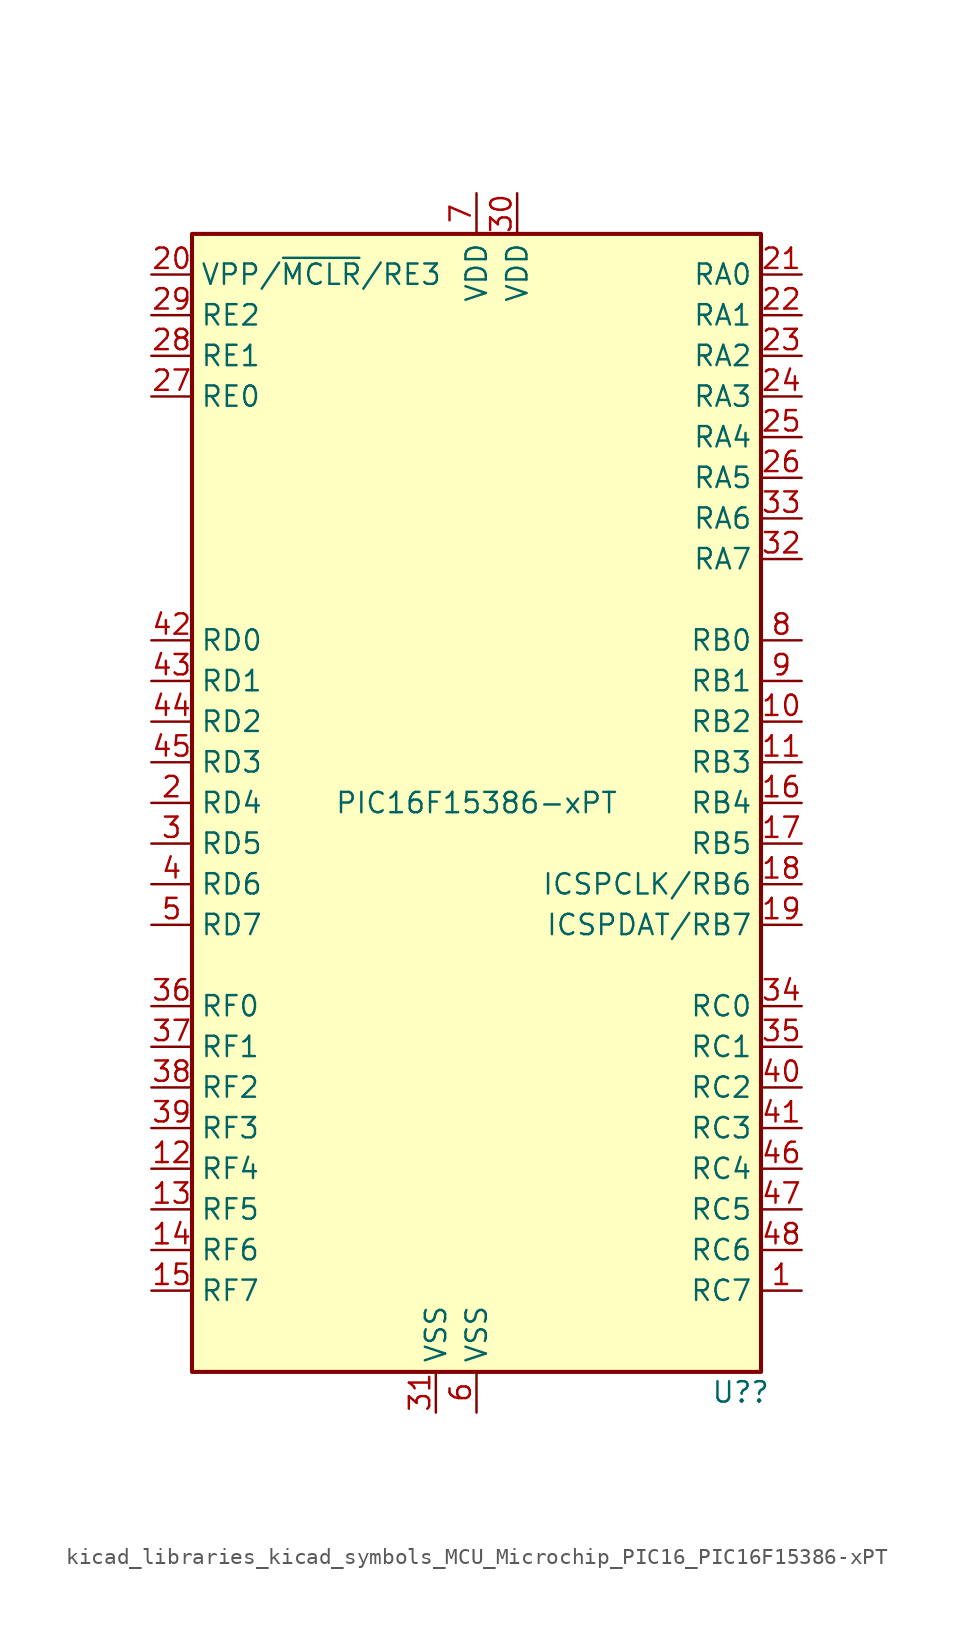
<source format=kicad_sym>
(kicad_symbol_lib
  (version 20220914)
  (generator kicad_symbol_editor)
  (symbol "kicad_libraries_kicad_symbols_MCU_Microchip_PIC16_PIC16F15386-xPT"
    (property "Reference" "U?"
      (at 16.51 -36.83 0)
      (effects (font (size 1.27 1.27))))
    (property "Value" "PIC16F15386-xPT"
      (at 0 0 0)
      (effects (font (size 1.27 1.27))))
    (symbol "kicad_libraries_kicad_symbols_MCU_Microchip_PIC16_PIC16F15386-xPT_0_0"
      (pin bidirectional line (at -20.32 -2.54 0) (length 2.54) (name "RD5" (effects (font (size 1.27 1.27)))) (number "3" (effects (font (size 1.27 1.27)))))
      (pin bidirectional line (at -20.32 -5.08 0) (length 2.54) (name "RD6" (effects (font (size 1.27 1.27)))) (number "4" (effects (font (size 1.27 1.27))))))
    (symbol "kicad_libraries_kicad_symbols_MCU_Microchip_PIC16_PIC16F15386-xPT_0_1"
      (rectangle (start -17.78 35.56) (end 17.78 -35.56) (stroke (width 0.254) (type default)) (fill (type background))))
    (symbol "kicad_libraries_kicad_symbols_MCU_Microchip_PIC16_PIC16F15386-xPT_1_1"
      (pin bidirectional line (at 20.32 -30.48 180) (length 2.54) (name "RC7" (effects (font (size 1.27 1.27)))) (number "1" (effects (font (size 1.27 1.27)))))
      (pin bidirectional line (at 20.32 5.08 180) (length 2.54) (name "RB2" (effects (font (size 1.27 1.27)))) (number "10" (effects (font (size 1.27 1.27)))))
      (pin bidirectional line (at 20.32 2.54 180) (length 2.54) (name "RB3" (effects (font (size 1.27 1.27)))) (number "11" (effects (font (size 1.27 1.27)))))
      (pin bidirectional line (at -20.32 -22.86 0) (length 2.54) (name "RF4" (effects (font (size 1.27 1.27)))) (number "12" (effects (font (size 1.27 1.27)))))
      (pin bidirectional line (at -20.32 -25.4 0) (length 2.54) (name "RF5" (effects (font (size 1.27 1.27)))) (number "13" (effects (font (size 1.27 1.27)))))
      (pin bidirectional line (at -20.32 -27.94 0) (length 2.54) (name "RF6" (effects (font (size 1.27 1.27)))) (number "14" (effects (font (size 1.27 1.27)))))
      (pin bidirectional line (at -20.32 -30.48 0) (length 2.54) (name "RF7" (effects (font (size 1.27 1.27)))) (number "15" (effects (font (size 1.27 1.27)))))
      (pin bidirectional line (at 20.32 0 180) (length 2.54) (name "RB4" (effects (font (size 1.27 1.27)))) (number "16" (effects (font (size 1.27 1.27)))))
      (pin bidirectional line (at 20.32 -2.54 180) (length 2.54) (name "RB5" (effects (font (size 1.27 1.27)))) (number "17" (effects (font (size 1.27 1.27)))))
      (pin bidirectional line (at 20.32 -5.08 180) (length 2.54) (name "ICSPCLK/RB6" (effects (font (size 1.27 1.27)))) (number "18" (effects (font (size 1.27 1.27)))))
      (pin bidirectional line (at 20.32 -7.62 180) (length 2.54) (name "ICSPDAT/RB7" (effects (font (size 1.27 1.27)))) (number "19" (effects (font (size 1.27 1.27)))))
      (pin bidirectional line (at -20.32 0 0) (length 2.54) (name "RD4" (effects (font (size 1.27 1.27)))) (number "2" (effects (font (size 1.27 1.27)))))
      (pin bidirectional line (at -20.32 33.02 0) (length 2.54) (name "VPP/~{MCLR}/RE3" (effects (font (size 1.27 1.27)))) (number "20" (effects (font (size 1.27 1.27)))))
      (pin bidirectional line (at 20.32 33.02 180) (length 2.54) (name "RA0" (effects (font (size 1.27 1.27)))) (number "21" (effects (font (size 1.27 1.27)))))
      (pin bidirectional line (at 20.32 30.48 180) (length 2.54) (name "RA1" (effects (font (size 1.27 1.27)))) (number "22" (effects (font (size 1.27 1.27)))))
      (pin bidirectional line (at 20.32 27.94 180) (length 2.54) (name "RA2" (effects (font (size 1.27 1.27)))) (number "23" (effects (font (size 1.27 1.27)))))
      (pin bidirectional line (at 20.32 25.4 180) (length 2.54) (name "RA3" (effects (font (size 1.27 1.27)))) (number "24" (effects (font (size 1.27 1.27)))))
      (pin bidirectional line (at 20.32 22.86 180) (length 2.54) (name "RA4" (effects (font (size 1.27 1.27)))) (number "25" (effects (font (size 1.27 1.27)))))
      (pin bidirectional line (at 20.32 20.32 180) (length 2.54) (name "RA5" (effects (font (size 1.27 1.27)))) (number "26" (effects (font (size 1.27 1.27)))))
      (pin bidirectional line (at -20.32 25.4 0) (length 2.54) (name "RE0" (effects (font (size 1.27 1.27)))) (number "27" (effects (font (size 1.27 1.27)))))
      (pin bidirectional line (at -20.32 27.94 0) (length 2.54) (name "RE1" (effects (font (size 1.27 1.27)))) (number "28" (effects (font (size 1.27 1.27)))))
      (pin bidirectional line (at -20.32 30.48 0) (length 2.54) (name "RE2" (effects (font (size 1.27 1.27)))) (number "29" (effects (font (size 1.27 1.27)))))
      (pin power_in line (at 2.54 38.1 270) (length 2.54) (name "VDD" (effects (font (size 1.27 1.27)))) (number "30" (effects (font (size 1.27 1.27)))))
      (pin power_in line (at -2.54 -38.1 90) (length 2.54) (name "VSS" (effects (font (size 1.27 1.27)))) (number "31" (effects (font (size 1.27 1.27)))))
      (pin bidirectional line (at 20.32 15.24 180) (length 2.54) (name "RA7" (effects (font (size 1.27 1.27)))) (number "32" (effects (font (size 1.27 1.27)))))
      (pin bidirectional line (at 20.32 17.78 180) (length 2.54) (name "RA6" (effects (font (size 1.27 1.27)))) (number "33" (effects (font (size 1.27 1.27)))))
      (pin bidirectional line (at 20.32 -12.7 180) (length 2.54) (name "RC0" (effects (font (size 1.27 1.27)))) (number "34" (effects (font (size 1.27 1.27)))))
      (pin bidirectional line (at 20.32 -15.24 180) (length 2.54) (name "RC1" (effects (font (size 1.27 1.27)))) (number "35" (effects (font (size 1.27 1.27)))))
      (pin bidirectional line (at -20.32 -12.7 0) (length 2.54) (name "RF0" (effects (font (size 1.27 1.27)))) (number "36" (effects (font (size 1.27 1.27)))))
      (pin bidirectional line (at -20.32 -15.24 0) (length 2.54) (name "RF1" (effects (font (size 1.27 1.27)))) (number "37" (effects (font (size 1.27 1.27)))))
      (pin bidirectional line (at -20.32 -17.78 0) (length 2.54) (name "RF2" (effects (font (size 1.27 1.27)))) (number "38" (effects (font (size 1.27 1.27)))))
      (pin bidirectional line (at -20.32 -20.32 0) (length 2.54) (name "RF3" (effects (font (size 1.27 1.27)))) (number "39" (effects (font (size 1.27 1.27)))))
      (pin bidirectional line (at 20.32 -17.78 180) (length 2.54) (name "RC2" (effects (font (size 1.27 1.27)))) (number "40" (effects (font (size 1.27 1.27)))))
      (pin bidirectional line (at 20.32 -20.32 180) (length 2.54) (name "RC3" (effects (font (size 1.27 1.27)))) (number "41" (effects (font (size 1.27 1.27)))))
      (pin bidirectional line (at -20.32 10.16 0) (length 2.54) (name "RD0" (effects (font (size 1.27 1.27)))) (number "42" (effects (font (size 1.27 1.27)))))
      (pin bidirectional line (at -20.32 7.62 0) (length 2.54) (name "RD1" (effects (font (size 1.27 1.27)))) (number "43" (effects (font (size 1.27 1.27)))))
      (pin bidirectional line (at -20.32 5.08 0) (length 2.54) (name "RD2" (effects (font (size 1.27 1.27)))) (number "44" (effects (font (size 1.27 1.27)))))
      (pin bidirectional line (at -20.32 2.54 0) (length 2.54) (name "RD3" (effects (font (size 1.27 1.27)))) (number "45" (effects (font (size 1.27 1.27)))))
      (pin bidirectional line (at 20.32 -22.86 180) (length 2.54) (name "RC4" (effects (font (size 1.27 1.27)))) (number "46" (effects (font (size 1.27 1.27)))))
      (pin bidirectional line (at 20.32 -25.4 180) (length 2.54) (name "RC5" (effects (font (size 1.27 1.27)))) (number "47" (effects (font (size 1.27 1.27)))))
      (pin bidirectional line (at 20.32 -27.94 180) (length 2.54) (name "RC6" (effects (font (size 1.27 1.27)))) (number "48" (effects (font (size 1.27 1.27)))))
      (pin bidirectional line (at -20.32 -7.62 0) (length 2.54) (name "RD7" (effects (font (size 1.27 1.27)))) (number "5" (effects (font (size 1.27 1.27)))))
      (pin power_in line (at 0 -38.1 90) (length 2.54) (name "VSS" (effects (font (size 1.27 1.27)))) (number "6" (effects (font (size 1.27 1.27)))))
      (pin power_in line (at 0 38.1 270) (length 2.54) (name "VDD" (effects (font (size 1.27 1.27)))) (number "7" (effects (font (size 1.27 1.27)))))
      (pin bidirectional line (at 20.32 10.16 180) (length 2.54) (name "RB0" (effects (font (size 1.27 1.27)))) (number "8" (effects (font (size 1.27 1.27)))))
      (pin bidirectional line (at 20.32 7.62 180) (length 2.54) (name "RB1" (effects (font (size 1.27 1.27)))) (number "9" (effects (font (size 1.27 1.27))))))))
</source>
